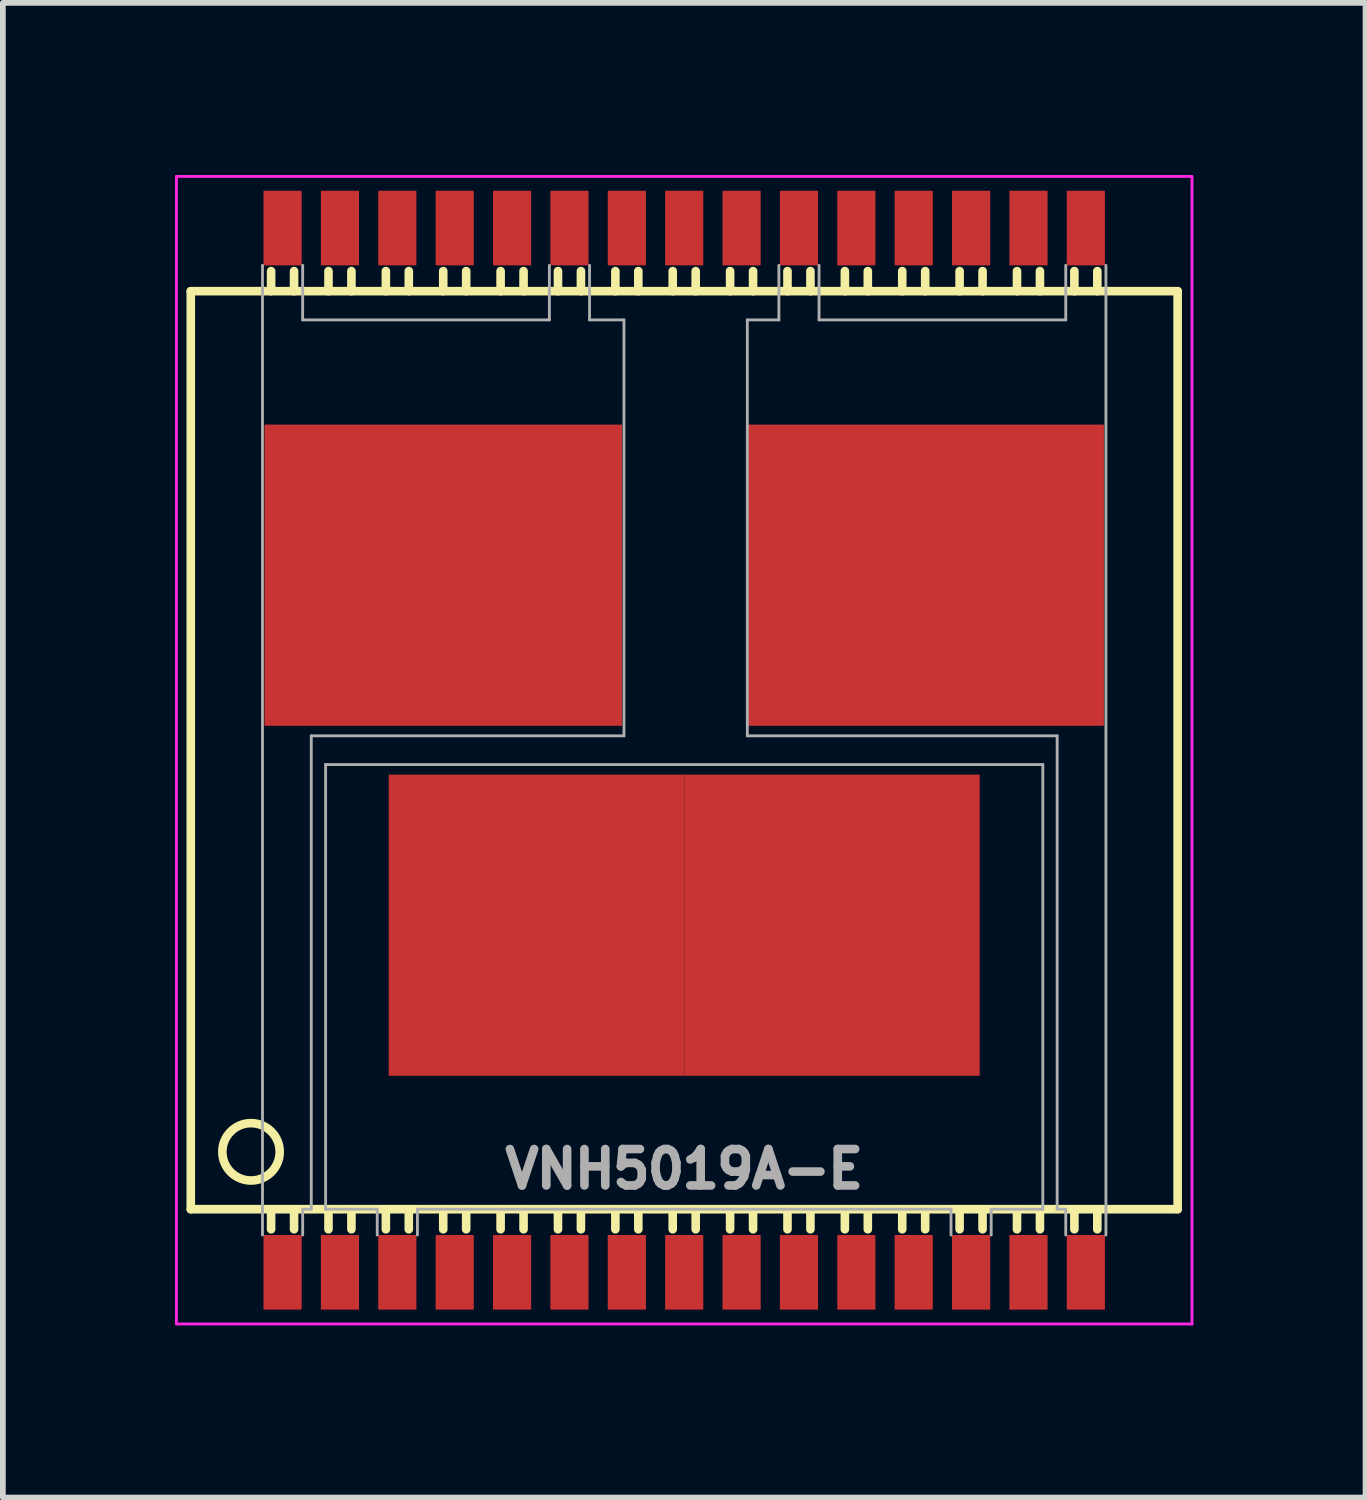
<source format=kicad_pcb>
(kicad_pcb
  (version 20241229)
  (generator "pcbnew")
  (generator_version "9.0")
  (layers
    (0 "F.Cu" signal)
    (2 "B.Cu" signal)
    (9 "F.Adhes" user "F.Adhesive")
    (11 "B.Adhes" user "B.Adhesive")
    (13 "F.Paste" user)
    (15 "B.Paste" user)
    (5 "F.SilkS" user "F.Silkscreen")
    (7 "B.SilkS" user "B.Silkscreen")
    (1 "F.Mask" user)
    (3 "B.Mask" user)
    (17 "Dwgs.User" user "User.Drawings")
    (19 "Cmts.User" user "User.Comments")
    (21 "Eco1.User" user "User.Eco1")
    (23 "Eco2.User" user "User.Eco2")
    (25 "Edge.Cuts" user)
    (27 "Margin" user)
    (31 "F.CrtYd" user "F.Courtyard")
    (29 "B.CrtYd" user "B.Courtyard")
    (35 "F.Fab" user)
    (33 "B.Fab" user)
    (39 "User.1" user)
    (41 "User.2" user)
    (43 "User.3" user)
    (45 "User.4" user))
  (footprint "VNH5019A-E"
    (layer "F.Cu")
    (at 8.875 10.025)
    (property "Reference" "VNH5019A-E" (at 0 7.3 0) (layer "F.Fab") (effects (font (size 0.635 0.635) (thickness 0.15))))
    (attr through_hole)
    (fp_line (start -8.6 -8) (end 8.6 -8) (stroke (width 0.15) (type solid)) (layer "F.SilkS"))
    (fp_line (start -8.6 8) (end -8.6 -8) (stroke (width 0.15) (type solid)) (layer "F.SilkS"))
    (fp_line (start -7.2 -8.35) (end -7.2 -8) (stroke (width 0.15) (type solid)) (layer "F.SilkS"))
    (fp_line (start -7.2 8) (end -7.2 8.35) (stroke (width 0.15) (type solid)) (layer "F.SilkS"))
    (fp_line (start -6.8 -8.35) (end -6.8 -8) (stroke (width 0.15) (type solid)) (layer "F.SilkS"))
    (fp_line (start -6.8 8) (end -6.8 8.35) (stroke (width 0.15) (type solid)) (layer "F.SilkS"))
    (fp_line (start -6.2 -8.35) (end -6.2 -8) (stroke (width 0.15) (type solid)) (layer "F.SilkS"))
    (fp_line (start -6.2 8) (end -6.2 8.35) (stroke (width 0.15) (type solid)) (layer "F.SilkS"))
    (fp_line (start -5.8 -8.35) (end -5.8 -8) (stroke (width 0.15) (type solid)) (layer "F.SilkS"))
    (fp_line (start -5.8 8) (end -5.8 8.35) (stroke (width 0.15) (type solid)) (layer "F.SilkS"))
    (fp_line (start -5.2 -8.35) (end -5.2 -8) (stroke (width 0.15) (type solid)) (layer "F.SilkS"))
    (fp_line (start -5.2 8) (end -5.2 8.35) (stroke (width 0.15) (type solid)) (layer "F.SilkS"))
    (fp_line (start -4.8 -8.35) (end -4.8 -8) (stroke (width 0.15) (type solid)) (layer "F.SilkS"))
    (fp_line (start -4.8 8) (end -4.8 8.35) (stroke (width 0.15) (type solid)) (layer "F.SilkS"))
    (fp_line (start -4.2 -8.35) (end -4.2 -8) (stroke (width 0.15) (type solid)) (layer "F.SilkS"))
    (fp_line (start -4.2 8) (end -4.2 8.35) (stroke (width 0.15) (type solid)) (layer "F.SilkS"))
    (fp_line (start -3.8 -8.35) (end -3.8 -8) (stroke (width 0.15) (type solid)) (layer "F.SilkS"))
    (fp_line (start -3.8 8) (end -3.8 8.35) (stroke (width 0.15) (type solid)) (layer "F.SilkS"))
    (fp_line (start -3.2 -8.35) (end -3.2 -8) (stroke (width 0.15) (type solid)) (layer "F.SilkS"))
    (fp_line (start -3.2 8) (end -3.2 8.35) (stroke (width 0.15) (type solid)) (layer "F.SilkS"))
    (fp_line (start -2.8 -8.35) (end -2.8 -8) (stroke (width 0.15) (type solid)) (layer "F.SilkS"))
    (fp_line (start -2.8 8) (end -2.8 8.35) (stroke (width 0.15) (type solid)) (layer "F.SilkS"))
    (fp_line (start -2.2 -8.35) (end -2.2 -8) (stroke (width 0.15) (type solid)) (layer "F.SilkS"))
    (fp_line (start -2.2 8) (end -2.2 8.35) (stroke (width 0.15) (type solid)) (layer "F.SilkS"))
    (fp_line (start -1.8 -8.35) (end -1.8 -8) (stroke (width 0.15) (type solid)) (layer "F.SilkS"))
    (fp_line (start -1.8 8) (end -1.8 8.35) (stroke (width 0.15) (type solid)) (layer "F.SilkS"))
    (fp_line (start -1.2 -8.35) (end -1.2 -8) (stroke (width 0.15) (type solid)) (layer "F.SilkS"))
    (fp_line (start -1.2 8) (end -1.2 8.35) (stroke (width 0.15) (type solid)) (layer "F.SilkS"))
    (fp_line (start -0.8 -8.35) (end -0.8 -8) (stroke (width 0.15) (type solid)) (layer "F.SilkS"))
    (fp_line (start -0.8 8) (end -0.8 8.35) (stroke (width 0.15) (type solid)) (layer "F.SilkS"))
    (fp_line (start -0.2 -8.35) (end -0.2 -8) (stroke (width 0.15) (type solid)) (layer "F.SilkS"))
    (fp_line (start -0.2 8) (end -0.2 8.35) (stroke (width 0.15) (type solid)) (layer "F.SilkS"))
    (fp_line (start 0.2 -8.35) (end 0.2 -8) (stroke (width 0.15) (type solid)) (layer "F.SilkS"))
    (fp_line (start 0.2 8) (end 0.2 8.35) (stroke (width 0.15) (type solid)) (layer "F.SilkS"))
    (fp_line (start 0.8 -8.35) (end 0.8 -8) (stroke (width 0.15) (type solid)) (layer "F.SilkS"))
    (fp_line (start 0.8 8) (end 0.8 8.35) (stroke (width 0.15) (type solid)) (layer "F.SilkS"))
    (fp_line (start 1.2 -8.35) (end 1.2 -8) (stroke (width 0.15) (type solid)) (layer "F.SilkS"))
    (fp_line (start 1.2 8) (end 1.2 8.35) (stroke (width 0.15) (type solid)) (layer "F.SilkS"))
    (fp_line (start 1.8 -8.35) (end 1.8 -8) (stroke (width 0.15) (type solid)) (layer "F.SilkS"))
    (fp_line (start 1.8 8) (end 1.8 8.35) (stroke (width 0.15) (type solid)) (layer "F.SilkS"))
    (fp_line (start 2.2 -8.35) (end 2.2 -8) (stroke (width 0.15) (type solid)) (layer "F.SilkS"))
    (fp_line (start 2.2 8) (end 2.2 8.35) (stroke (width 0.15) (type solid)) (layer "F.SilkS"))
    (fp_line (start 2.8 -8.35) (end 2.8 -8) (stroke (width 0.15) (type solid)) (layer "F.SilkS"))
    (fp_line (start 2.8 8) (end 2.8 8.35) (stroke (width 0.15) (type solid)) (layer "F.SilkS"))
    (fp_line (start 3.2 -8.35) (end 3.2 -8) (stroke (width 0.15) (type solid)) (layer "F.SilkS"))
    (fp_line (start 3.2 8) (end 3.2 8.35) (stroke (width 0.15) (type solid)) (layer "F.SilkS"))
    (fp_line (start 3.8 -8.35) (end 3.8 -8) (stroke (width 0.15) (type solid)) (layer "F.SilkS"))
    (fp_line (start 3.8 8) (end 3.8 8.35) (stroke (width 0.15) (type solid)) (layer "F.SilkS"))
    (fp_line (start 4.2 -8.35) (end 4.2 -8) (stroke (width 0.15) (type solid)) (layer "F.SilkS"))
    (fp_line (start 4.2 8) (end 4.2 8.35) (stroke (width 0.15) (type solid)) (layer "F.SilkS"))
    (fp_line (start 4.8 -8.35) (end 4.8 -8) (stroke (width 0.15) (type solid)) (layer "F.SilkS"))
    (fp_line (start 4.8 8) (end 4.8 8.35) (stroke (width 0.15) (type solid)) (layer "F.SilkS"))
    (fp_line (start 5.2 -8.35) (end 5.2 -8) (stroke (width 0.15) (type solid)) (layer "F.SilkS"))
    (fp_line (start 5.2 8) (end 5.2 8.35) (stroke (width 0.15) (type solid)) (layer "F.SilkS"))
    (fp_line (start 5.8 -8.35) (end 5.8 -8) (stroke (width 0.15) (type solid)) (layer "F.SilkS"))
    (fp_line (start 5.8 8) (end 5.8 8.35) (stroke (width 0.15) (type solid)) (layer "F.SilkS"))
    (fp_line (start 6.2 -8.35) (end 6.2 -8) (stroke (width 0.15) (type solid)) (layer "F.SilkS"))
    (fp_line (start 6.2 8) (end 6.2 8.35) (stroke (width 0.15) (type solid)) (layer "F.SilkS"))
    (fp_line (start 6.8 -8.35) (end 6.8 -8) (stroke (width 0.15) (type solid)) (layer "F.SilkS"))
    (fp_line (start 6.8 8) (end 6.8 8.35) (stroke (width 0.15) (type solid)) (layer "F.SilkS"))
    (fp_line (start 7.2 -8.35) (end 7.2 -8) (stroke (width 0.15) (type solid)) (layer "F.SilkS"))
    (fp_line (start 7.2 8) (end 7.2 8.35) (stroke (width 0.15) (type solid)) (layer "F.SilkS"))
    (fp_line (start 8.6 -8) (end 8.6 8) (stroke (width 0.15) (type solid)) (layer "F.SilkS"))
    (fp_line (start 8.6 8) (end -8.6 8) (stroke (width 0.15) (type solid)) (layer "F.SilkS"))
    (fp_circle (center -7.55 7) (end -7.05 7) (stroke (width 0.15) (type solid)) (fill no) (layer "F.SilkS"))
    (fp_line (start -8.85 -10) (end 8.85 -10) (stroke (width 0.05) (type solid)) (layer "F.CrtYd"))
    (fp_line (start -8.85 10) (end -8.85 -10) (stroke (width 0.05) (type solid)) (layer "F.CrtYd"))
    (fp_line (start 8.85 -10) (end 8.85 10) (stroke (width 0.05) (type solid)) (layer "F.CrtYd"))
    (fp_line (start 8.85 10) (end -8.85 10) (stroke (width 0.05) (type solid)) (layer "F.CrtYd"))
    (fp_line (start -7.35 8.45) (end -7.35 -8.45) (stroke (width 0.05) (type solid)) (layer "F.Fab"))
    (fp_line (start -6.65 -8.45) (end -6.65 -7.5) (stroke (width 0.05) (type solid)) (layer "F.Fab"))
    (fp_line (start -6.65 -7.5) (end -2.35 -7.5) (stroke (width 0.05) (type solid)) (layer "F.Fab"))
    (fp_line (start -6.65 8) (end -6.65 8.45) (stroke (width 0.05) (type solid)) (layer "F.Fab"))
    (fp_line (start -6.5 -0.25) (end -6.5 8) (stroke (width 0.05) (type solid)) (layer "F.Fab"))
    (fp_line (start -6.5 8) (end -6.65 8) (stroke (width 0.05) (type solid)) (layer "F.Fab"))
    (fp_line (start -6.25 0.25) (end 6.25 0.25) (stroke (width 0.05) (type solid)) (layer "F.Fab"))
    (fp_line (start -6.25 8) (end -6.25 0.25) (stroke (width 0.05) (type solid)) (layer "F.Fab"))
    (fp_line (start -5.35 8) (end -6.25 8) (stroke (width 0.05) (type solid)) (layer "F.Fab"))
    (fp_line (start -5.35 8.45) (end -5.35 8) (stroke (width 0.05) (type solid)) (layer "F.Fab"))
    (fp_line (start -4.65 8) (end -4.65 8.45) (stroke (width 0.05) (type solid)) (layer "F.Fab"))
    (fp_line (start -2.35 -7.5) (end -2.35 -8.45) (stroke (width 0.05) (type solid)) (layer "F.Fab"))
    (fp_line (start -1.65 -8.45) (end -1.65 -7.5) (stroke (width 0.05) (type solid)) (layer "F.Fab"))
    (fp_line (start -1.65 -7.5) (end -1.05 -7.5) (stroke (width 0.05) (type solid)) (layer "F.Fab"))
    (fp_line (start -1.05 -7.5) (end -1.05 -0.25) (stroke (width 0.05) (type solid)) (layer "F.Fab"))
    (fp_line (start -1.05 -0.25) (end -6.5 -0.25) (stroke (width 0.05) (type solid)) (layer "F.Fab"))
    (fp_line (start 1.1 -7.5) (end 1.1 -0.25) (stroke (width 0.05) (type solid)) (layer "F.Fab"))
    (fp_line (start 1.1 -0.25) (end 6.5 -0.25) (stroke (width 0.05) (type solid)) (layer "F.Fab"))
    (fp_line (start 1.65 -8.45) (end 1.65 -7.5) (stroke (width 0.05) (type solid)) (layer "F.Fab"))
    (fp_line (start 1.65 -7.5) (end 1.1 -7.5) (stroke (width 0.05) (type solid)) (layer "F.Fab"))
    (fp_line (start 2.35 -7.5) (end 2.35 -8.45) (stroke (width 0.05) (type solid)) (layer "F.Fab"))
    (fp_line (start 4.65 8) (end -4.65 8) (stroke (width 0.05) (type solid)) (layer "F.Fab"))
    (fp_line (start 4.65 8.45) (end 4.65 8) (stroke (width 0.05) (type solid)) (layer "F.Fab"))
    (fp_line (start 5.35 8) (end 5.35 8.45) (stroke (width 0.05) (type solid)) (layer "F.Fab"))
    (fp_line (start 6.25 0.25) (end 6.25 8) (stroke (width 0.05) (type solid)) (layer "F.Fab"))
    (fp_line (start 6.25 8) (end 5.35 8) (stroke (width 0.05) (type solid)) (layer "F.Fab"))
    (fp_line (start 6.5 -0.25) (end 6.5 8) (stroke (width 0.05) (type solid)) (layer "F.Fab"))
    (fp_line (start 6.5 8) (end 6.65 8) (stroke (width 0.05) (type solid)) (layer "F.Fab"))
    (fp_line (start 6.65 -8.45) (end 6.65 -7.5) (stroke (width 0.05) (type solid)) (layer "F.Fab"))
    (fp_line (start 6.65 -7.5) (end 2.35 -7.5) (stroke (width 0.05) (type solid)) (layer "F.Fab"))
    (fp_line (start 6.65 8) (end 6.65 8.45) (stroke (width 0.05) (type solid)) (layer "F.Fab"))
    (fp_line (start 7.35 8.45) (end 7.35 -8.45) (stroke (width 0.05) (type solid)) (layer "F.Fab"))
    (pad "1" smd rect (at -7 -9.1) (size 0.665 1.3) (layers "F.Cu" "F.Mask" "F.Paste"))
    (pad "1" smd rect (at -7 9.1) (size 0.665 1.3) (layers "F.Cu" "F.Mask" "F.Paste"))
    (pad "1" smd rect (at -4.2 -3.05) (size 6.23 5.25) (layers "F.Cu" "F.Mask" "F.Paste"))
    (pad "1" smd rect (at -2 -9.1) (size 0.665 1.3) (layers "F.Cu" "F.Mask" "F.Paste"))
    (pad "2" smd rect (at -6 9.1) (size 0.665 1.3) (layers "F.Cu" "F.Mask" "F.Paste"))
    (pad "3" smd rect (at -5 9.1) (size 0.665 1.3) (layers "F.Cu" "F.Mask" "F.Paste"))
    (pad "3" smd rect (at -2.575 3.05) (size 5.15 5.25) (layers "F.Cu" "F.Mask" "F.Paste"))
    (pad "3" smd rect (at 0 -9.1) (size 0.665 1.3) (layers "F.Cu" "F.Mask" "F.Paste"))
    (pad "3" smd rect (at 2.575 3.05) (size 5.15 5.25) (layers "F.Cu" "F.Mask" "F.Paste"))
    (pad "3" smd rect (at 5 9.1) (size 0.665 1.3) (layers "F.Cu" "F.Mask" "F.Paste"))
    (pad "4" smd rect (at -4 9.1) (size 0.665 1.3) (layers "F.Cu" "F.Mask" "F.Paste"))
    (pad "5" smd rect (at -3 9.1) (size 0.665 1.3) (layers "F.Cu" "F.Mask" "F.Paste"))
    (pad "6" smd rect (at -2 9.1) (size 0.665 1.3) (layers "F.Cu" "F.Mask" "F.Paste"))
    (pad "7" smd rect (at -1 9.1) (size 0.665 1.3) (layers "F.Cu" "F.Mask" "F.Paste"))
    (pad "8" smd rect (at 0 9.1) (size 0.665 1.3) (layers "F.Cu" "F.Mask" "F.Paste"))
    (pad "9" smd rect (at 1 9.1) (size 0.665 1.3) (layers "F.Cu" "F.Mask" "F.Paste"))
    (pad "10" smd rect (at 2 9.1) (size 0.665 1.3) (layers "F.Cu" "F.Mask" "F.Paste"))
    (pad "11" smd rect (at 3 9.1) (size 0.665 1.3) (layers "F.Cu" "F.Mask" "F.Paste"))
    (pad "12" smd rect (at 4 9.1) (size 0.665 1.3) (layers "F.Cu" "F.Mask" "F.Paste"))
    (pad "14" smd rect (at 6 9.1) (size 0.665 1.3) (layers "F.Cu" "F.Mask" "F.Paste"))
    (pad "15" smd rect (at 2 -9.1) (size 0.665 1.3) (layers "F.Cu" "F.Mask" "F.Paste"))
    (pad "15" smd rect (at 4.2 -3.05) (size 6.23 5.25) (layers "F.Cu" "F.Mask" "F.Paste"))
    (pad "15" smd rect (at 7 -9.1) (size 0.665 1.3) (layers "F.Cu" "F.Mask" "F.Paste"))
    (pad "15" smd rect (at 7 9.1) (size 0.665 1.3) (layers "F.Cu" "F.Mask" "F.Paste"))
    (pad "17" smd rect (at 6 -9.1) (size 0.665 1.3) (layers "F.Cu" "F.Mask" "F.Paste"))
    (pad "18" smd rect (at 5 -9.1) (size 0.665 1.3) (layers "F.Cu" "F.Mask" "F.Paste"))
    (pad "19" smd rect (at 4 -9.1) (size 0.665 1.3) (layers "F.Cu" "F.Mask" "F.Paste"))
    (pad "20" smd rect (at 3 -9.1) (size 0.665 1.3) (layers "F.Cu" "F.Mask" "F.Paste"))
    (pad "22" smd rect (at 1 -9.1) (size 0.665 1.3) (layers "F.Cu" "F.Mask" "F.Paste"))
    (pad "24" smd rect (at -1 -9.1) (size 0.665 1.3) (layers "F.Cu" "F.Mask" "F.Paste"))
    (pad "26" smd rect (at -3 -9.1) (size 0.665 1.3) (layers "F.Cu" "F.Mask" "F.Paste"))
    (pad "27" smd rect (at -4 -9.1) (size 0.665 1.3) (layers "F.Cu" "F.Mask" "F.Paste"))
    (pad "28" smd rect (at -5 -9.1) (size 0.665 1.3) (layers "F.Cu" "F.Mask" "F.Paste"))
    (pad "29" smd rect (at -6 -9.1) (size 0.665 1.3) (layers "F.Cu" "F.Mask" "F.Paste")))
  (gr_rect
    (start -3 -3)
    (end 20.75 23.05)
    (stroke (width 0.1) (type default))
    (fill no)
    (layer "Edge.Cuts")))
</source>
